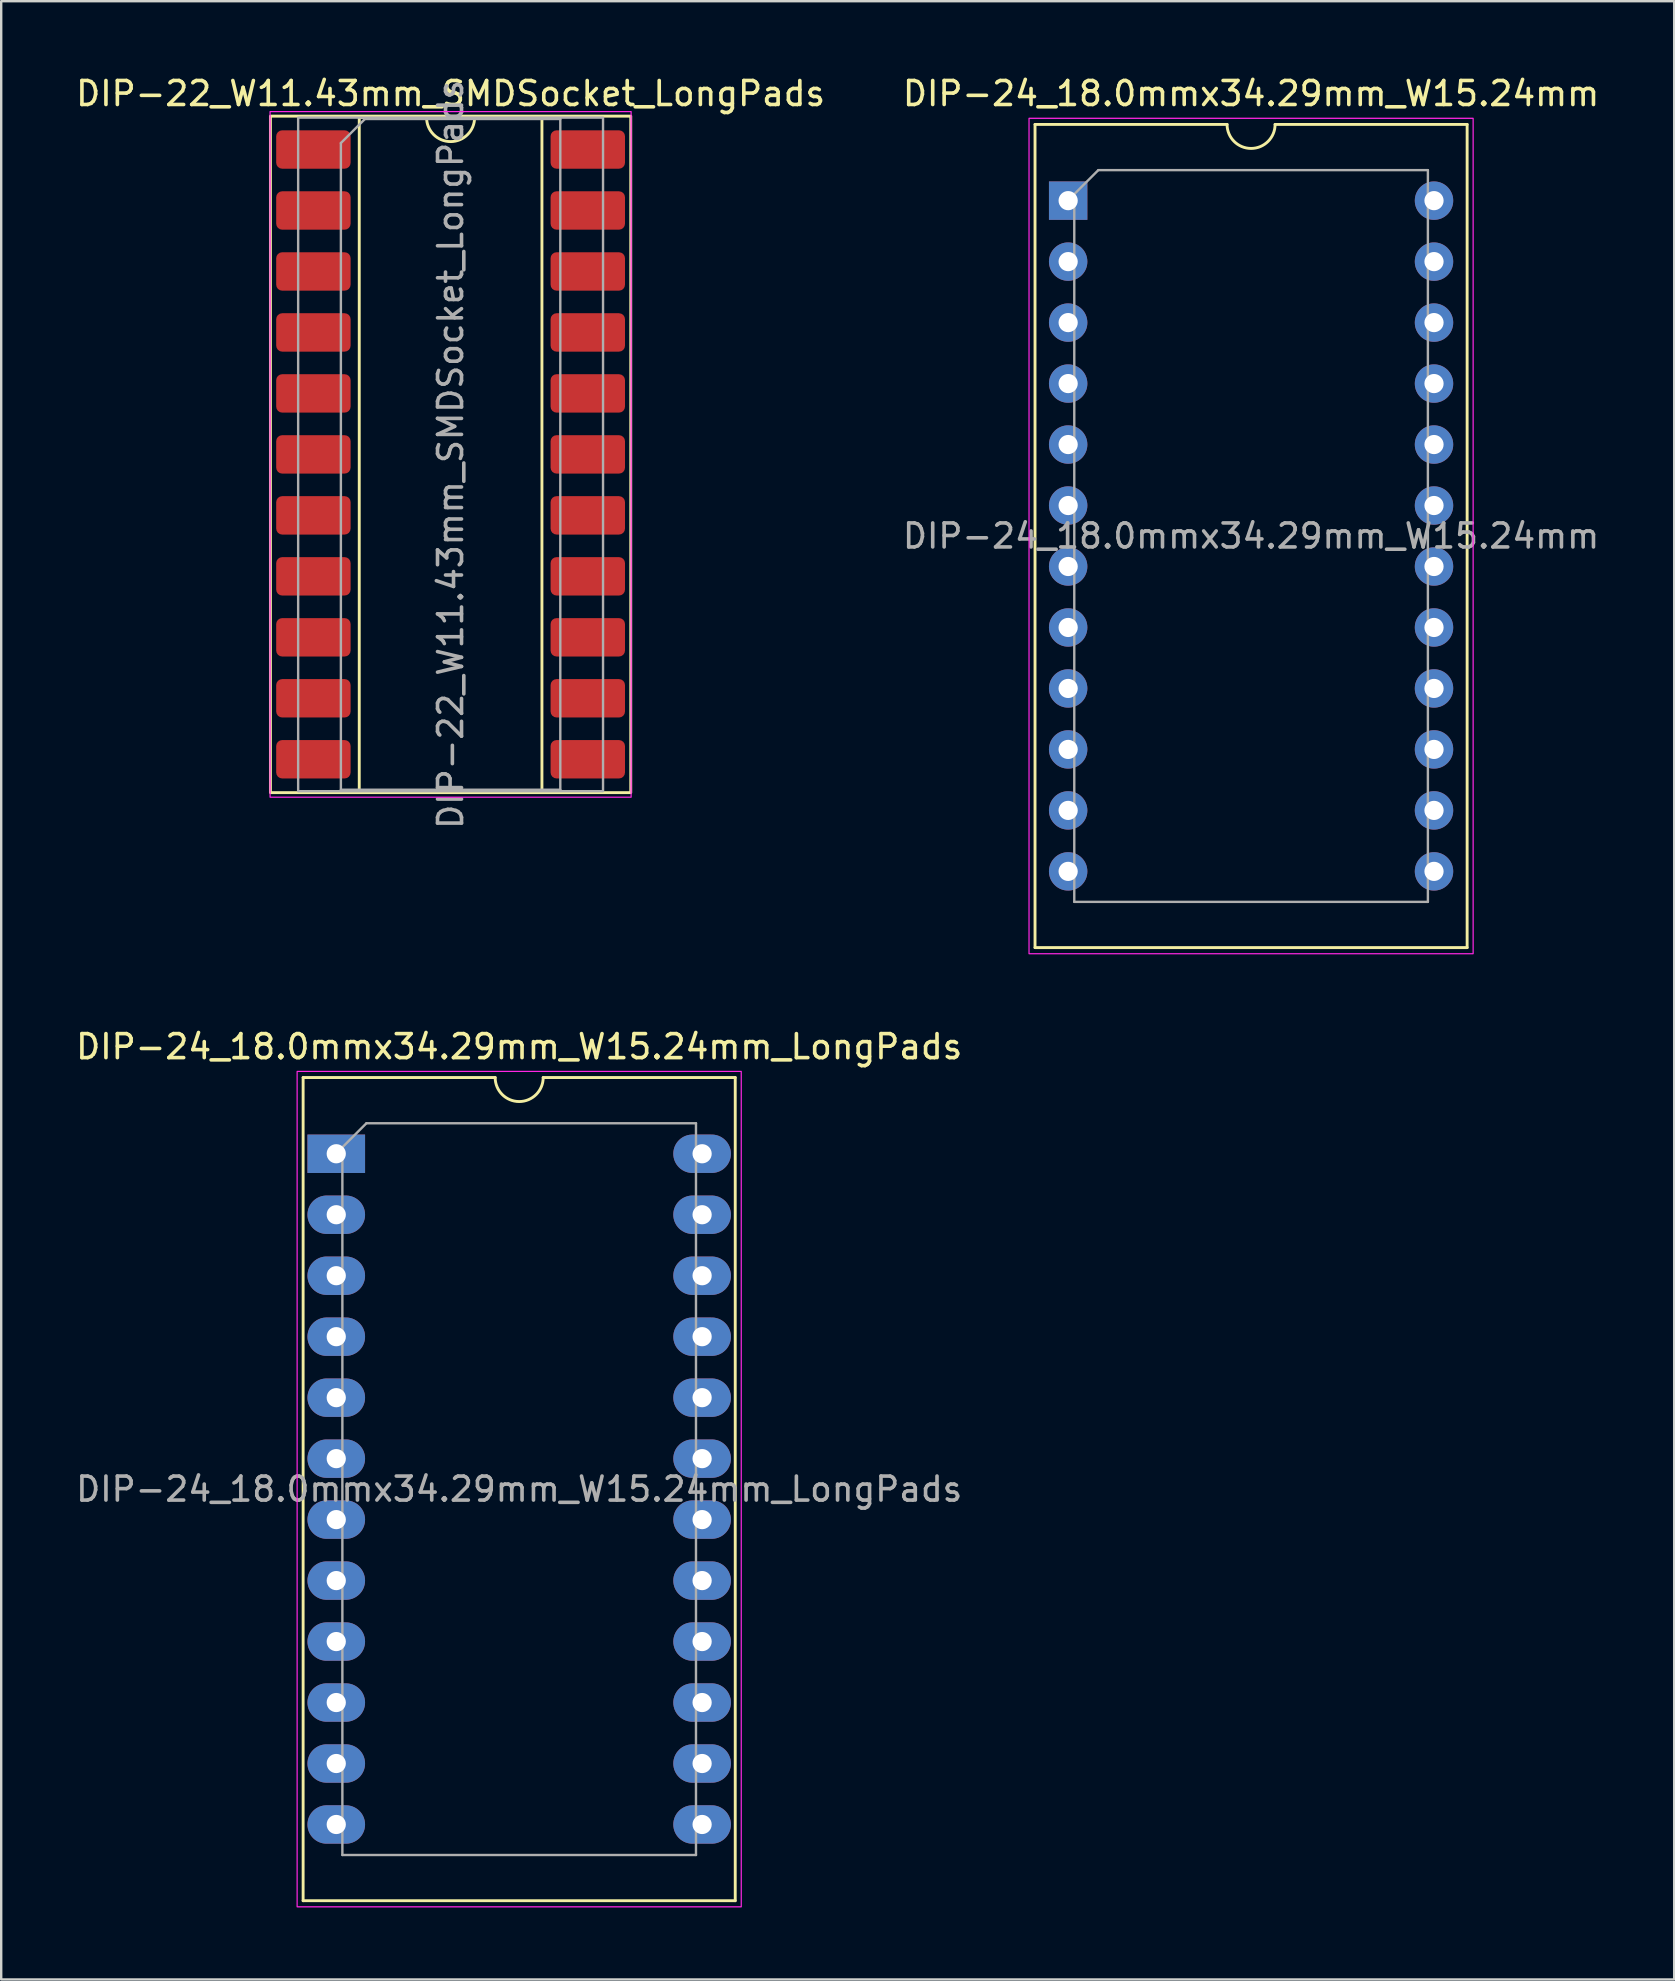
<source format=kicad_pcb>
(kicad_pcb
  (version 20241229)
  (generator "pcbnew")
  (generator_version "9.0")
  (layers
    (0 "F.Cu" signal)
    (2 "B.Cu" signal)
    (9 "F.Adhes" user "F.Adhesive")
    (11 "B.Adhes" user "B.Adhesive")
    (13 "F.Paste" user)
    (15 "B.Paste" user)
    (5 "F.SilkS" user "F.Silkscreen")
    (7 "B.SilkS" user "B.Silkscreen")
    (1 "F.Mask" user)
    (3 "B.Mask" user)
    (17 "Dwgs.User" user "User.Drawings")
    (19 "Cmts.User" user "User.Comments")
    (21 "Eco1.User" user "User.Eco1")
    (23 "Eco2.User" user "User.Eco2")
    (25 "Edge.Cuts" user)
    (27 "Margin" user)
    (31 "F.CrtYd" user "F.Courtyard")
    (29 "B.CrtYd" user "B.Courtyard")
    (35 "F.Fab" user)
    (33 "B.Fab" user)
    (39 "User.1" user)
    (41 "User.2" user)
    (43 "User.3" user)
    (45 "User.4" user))
  (footprint "DIP-24_18.0mmx34.29mm_W15.24mm_LongPads"
    (layer "F.Cu")
    (at 10.957 45.011)
    (property "Reference" "DIP-24_18.0mmx34.29mm_W15.24mm_LongPads" (at 7.62 -4.46 0) (layer "F.SilkS") (effects (font (size 1 1) (thickness 0.15))))
    (attr through_hole)
    (fp_line (start -1.38 -3.175) (end -1.38 31.115) (stroke (width 0.12) (type solid)) (layer "F.SilkS"))
    (fp_line (start -1.38 31.115) (end 16.62 31.115) (stroke (width 0.12) (type solid)) (layer "F.SilkS"))
    (fp_line (start 6.62 -3.175) (end -1.38 -3.175) (stroke (width 0.12) (type solid)) (layer "F.SilkS"))
    (fp_line (start 16.62 -3.175) (end 8.62 -3.175) (stroke (width 0.12) (type solid)) (layer "F.SilkS"))
    (fp_line (start 16.62 31.115) (end 16.62 -3.175) (stroke (width 0.12) (type solid)) (layer "F.SilkS"))
    (fp_arc (start 8.62 -3.175) (mid 7.62 -2.175) (end 6.62 -3.175) (stroke (width 0.12) (type solid)) (layer "F.SilkS"))
    (fp_rect (start -1.63 -3.43) (end 16.87 31.37) (stroke (width 0.05) (type default)) (fill no) (layer "F.CrtYd"))
    (fp_line (start 0.255 -0.27) (end 1.255 -1.27) (stroke (width 0.1) (type solid)) (layer "F.Fab"))
    (fp_line (start 0.255 29.21) (end 0.255 -0.27) (stroke (width 0.1) (type solid)) (layer "F.Fab"))
    (fp_line (start 1.255 -1.27) (end 14.985 -1.27) (stroke (width 0.1) (type solid)) (layer "F.Fab"))
    (fp_line (start 14.985 -1.27) (end 14.985 29.21) (stroke (width 0.1) (type solid)) (layer "F.Fab"))
    (fp_line (start 14.985 29.21) (end 0.255 29.21) (stroke (width 0.1) (type solid)) (layer "F.Fab"))
    (fp_text user "${REFERENCE}" (at 7.62 13.97 0) (layer "F.Fab") (effects (font (size 1 1) (thickness 0.15))))
    (pad "1" thru_hole rect (at 0 0) (size 2.4 1.6) (drill 0.8) (layers "*.Cu" "*.Mask"))
    (pad "2" thru_hole oval (at 0 2.54) (size 2.4 1.6) (drill 0.8) (layers "*.Cu" "*.Mask"))
    (pad "3" thru_hole oval (at 0 5.08) (size 2.4 1.6) (drill 0.8) (layers "*.Cu" "*.Mask"))
    (pad "4" thru_hole oval (at 0 7.62) (size 2.4 1.6) (drill 0.8) (layers "*.Cu" "*.Mask"))
    (pad "5" thru_hole oval (at 0 10.16) (size 2.4 1.6) (drill 0.8) (layers "*.Cu" "*.Mask"))
    (pad "6" thru_hole oval (at 0 12.7) (size 2.4 1.6) (drill 0.8) (layers "*.Cu" "*.Mask"))
    (pad "7" thru_hole oval (at 0 15.24) (size 2.4 1.6) (drill 0.8) (layers "*.Cu" "*.Mask"))
    (pad "8" thru_hole oval (at 0 17.78) (size 2.4 1.6) (drill 0.8) (layers "*.Cu" "*.Mask"))
    (pad "9" thru_hole oval (at 0 20.32) (size 2.4 1.6) (drill 0.8) (layers "*.Cu" "*.Mask"))
    (pad "10" thru_hole oval (at 0 22.86) (size 2.4 1.6) (drill 0.8) (layers "*.Cu" "*.Mask"))
    (pad "11" thru_hole oval (at 0 25.4) (size 2.4 1.6) (drill 0.8) (layers "*.Cu" "*.Mask"))
    (pad "12" thru_hole oval (at 0 27.94) (size 2.4 1.6) (drill 0.8) (layers "*.Cu" "*.Mask"))
    (pad "13" thru_hole oval (at 15.24 27.94) (size 2.4 1.6) (drill 0.8) (layers "*.Cu" "*.Mask"))
    (pad "14" thru_hole oval (at 15.24 25.4) (size 2.4 1.6) (drill 0.8) (layers "*.Cu" "*.Mask"))
    (pad "15" thru_hole oval (at 15.24 22.86) (size 2.4 1.6) (drill 0.8) (layers "*.Cu" "*.Mask"))
    (pad "16" thru_hole oval (at 15.24 20.32) (size 2.4 1.6) (drill 0.8) (layers "*.Cu" "*.Mask"))
    (pad "17" thru_hole oval (at 15.24 17.78) (size 2.4 1.6) (drill 0.8) (layers "*.Cu" "*.Mask"))
    (pad "18" thru_hole oval (at 15.24 15.24) (size 2.4 1.6) (drill 0.8) (layers "*.Cu" "*.Mask"))
    (pad "19" thru_hole oval (at 15.24 12.7) (size 2.4 1.6) (drill 0.8) (layers "*.Cu" "*.Mask"))
    (pad "20" thru_hole oval (at 15.24 10.16) (size 2.4 1.6) (drill 0.8) (layers "*.Cu" "*.Mask"))
    (pad "21" thru_hole oval (at 15.24 7.62) (size 2.4 1.6) (drill 0.8) (layers "*.Cu" "*.Mask"))
    (pad "22" thru_hole oval (at 15.24 5.08) (size 2.4 1.6) (drill 0.8) (layers "*.Cu" "*.Mask"))
    (pad "23" thru_hole oval (at 15.24 2.54) (size 2.4 1.6) (drill 0.8) (layers "*.Cu" "*.Mask"))
    (pad "24" thru_hole oval (at 15.24 0) (size 2.4 1.6) (drill 0.8) (layers "*.Cu" "*.Mask")))
  (footprint "DIP-22_W11.43mm_SMDSocket_LongPads"
    (layer "F.Cu")
    (at 15.72 15.878)
    (property "Reference" "DIP-22_W11.43mm_SMDSocket_LongPads" (at 0 -15.03 0) (layer "F.SilkS") (effects (font (size 1 1) (thickness 0.15))))
    (attr smd)
    (fp_line (start -3.805 -14.03) (end -3.805 14.03) (stroke (width 0.12) (type solid)) (layer "F.SilkS"))
    (fp_line (start -3.805 14.03) (end 3.805 14.03) (stroke (width 0.12) (type solid)) (layer "F.SilkS"))
    (fp_line (start -1 -14.03) (end -3.805 -14.03) (stroke (width 0.12) (type solid)) (layer "F.SilkS"))
    (fp_line (start 3.805 -14.03) (end 1 -14.03) (stroke (width 0.12) (type solid)) (layer "F.SilkS"))
    (fp_line (start 3.805 14.03) (end 3.805 -14.03) (stroke (width 0.12) (type solid)) (layer "F.SilkS"))
    (fp_rect (start -7.505 -14.09) (end 7.505 14.09) (stroke (width 0.12) (type solid)) (fill no) (layer "F.SilkS"))
    (fp_arc (start 1 -14.03) (mid 0 -13.03) (end -1 -14.03) (stroke (width 0.12) (type solid)) (layer "F.SilkS"))
    (fp_rect (start -7.52 -14.28) (end 7.52 14.28) (stroke (width 0.05) (type solid)) (fill no) (layer "F.CrtYd"))
    (fp_line (start -4.57 -12.97) (end -3.57 -13.97) (stroke (width 0.1) (type solid)) (layer "F.Fab"))
    (fp_line (start -4.57 13.97) (end -4.57 -12.97) (stroke (width 0.1) (type solid)) (layer "F.Fab"))
    (fp_line (start -3.57 -13.97) (end 4.57 -13.97) (stroke (width 0.1) (type solid)) (layer "F.Fab"))
    (fp_line (start 4.57 -13.97) (end 4.57 13.97) (stroke (width 0.1) (type solid)) (layer "F.Fab"))
    (fp_line (start 4.57 13.97) (end -4.57 13.97) (stroke (width 0.1) (type solid)) (layer "F.Fab"))
    (fp_rect (start -6.35 -14.03) (end 6.35 14.03) (stroke (width 0.1) (type solid)) (fill no) (layer "F.Fab"))
    (fp_text user "${REFERENCE}" (at 0 0 90) (layer "F.Fab") (effects (font (size 1 1) (thickness 0.15))))
    (pad "1" smd roundrect (at -5.715 -12.7) (size 3.1 1.6) (layers "F.Cu" "F.Mask" "F.Paste") (roundrect_rratio 0.156))
    (pad "2" smd roundrect (at -5.715 -10.16) (size 3.1 1.6) (layers "F.Cu" "F.Mask" "F.Paste") (roundrect_rratio 0.156))
    (pad "3" smd roundrect (at -5.715 -7.62) (size 3.1 1.6) (layers "F.Cu" "F.Mask" "F.Paste") (roundrect_rratio 0.156))
    (pad "4" smd roundrect (at -5.715 -5.08) (size 3.1 1.6) (layers "F.Cu" "F.Mask" "F.Paste") (roundrect_rratio 0.156))
    (pad "5" smd roundrect (at -5.715 -2.54) (size 3.1 1.6) (layers "F.Cu" "F.Mask" "F.Paste") (roundrect_rratio 0.156))
    (pad "6" smd roundrect (at -5.715 0) (size 3.1 1.6) (layers "F.Cu" "F.Mask" "F.Paste") (roundrect_rratio 0.156))
    (pad "7" smd roundrect (at -5.715 2.54) (size 3.1 1.6) (layers "F.Cu" "F.Mask" "F.Paste") (roundrect_rratio 0.156))
    (pad "8" smd roundrect (at -5.715 5.08) (size 3.1 1.6) (layers "F.Cu" "F.Mask" "F.Paste") (roundrect_rratio 0.156))
    (pad "9" smd roundrect (at -5.715 7.62) (size 3.1 1.6) (layers "F.Cu" "F.Mask" "F.Paste") (roundrect_rratio 0.156))
    (pad "10" smd roundrect (at -5.715 10.16) (size 3.1 1.6) (layers "F.Cu" "F.Mask" "F.Paste") (roundrect_rratio 0.156))
    (pad "11" smd roundrect (at -5.715 12.7) (size 3.1 1.6) (layers "F.Cu" "F.Mask" "F.Paste") (roundrect_rratio 0.156))
    (pad "12" smd roundrect (at 5.715 12.7) (size 3.1 1.6) (layers "F.Cu" "F.Mask" "F.Paste") (roundrect_rratio 0.156))
    (pad "13" smd roundrect (at 5.715 10.16) (size 3.1 1.6) (layers "F.Cu" "F.Mask" "F.Paste") (roundrect_rratio 0.156))
    (pad "14" smd roundrect (at 5.715 7.62) (size 3.1 1.6) (layers "F.Cu" "F.Mask" "F.Paste") (roundrect_rratio 0.156))
    (pad "15" smd roundrect (at 5.715 5.08) (size 3.1 1.6) (layers "F.Cu" "F.Mask" "F.Paste") (roundrect_rratio 0.156))
    (pad "16" smd roundrect (at 5.715 2.54) (size 3.1 1.6) (layers "F.Cu" "F.Mask" "F.Paste") (roundrect_rratio 0.156))
    (pad "17" smd roundrect (at 5.715 0) (size 3.1 1.6) (layers "F.Cu" "F.Mask" "F.Paste") (roundrect_rratio 0.156))
    (pad "18" smd roundrect (at 5.715 -2.54) (size 3.1 1.6) (layers "F.Cu" "F.Mask" "F.Paste") (roundrect_rratio 0.156))
    (pad "19" smd roundrect (at 5.715 -5.08) (size 3.1 1.6) (layers "F.Cu" "F.Mask" "F.Paste") (roundrect_rratio 0.156))
    (pad "20" smd roundrect (at 5.715 -7.62) (size 3.1 1.6) (layers "F.Cu" "F.Mask" "F.Paste") (roundrect_rratio 0.156))
    (pad "21" smd roundrect (at 5.715 -10.16) (size 3.1 1.6) (layers "F.Cu" "F.Mask" "F.Paste") (roundrect_rratio 0.156))
    (pad "22" smd roundrect (at 5.715 -12.7) (size 3.1 1.6) (layers "F.Cu" "F.Mask" "F.Paste") (roundrect_rratio 0.156)))
  (footprint "DIP-24_18.0mmx34.29mm_W15.24mm"
    (layer "F.Cu")
    (at 41.445 5.308)
    (property "Reference" "DIP-24_18.0mmx34.29mm_W15.24mm" (at 7.62 -4.46 0) (layer "F.SilkS") (effects (font (size 1 1) (thickness 0.15))))
    (attr through_hole)
    (fp_line (start -1.38 -3.175) (end -1.38 31.115) (stroke (width 0.12) (type solid)) (layer "F.SilkS"))
    (fp_line (start -1.38 31.115) (end 16.62 31.115) (stroke (width 0.12) (type solid)) (layer "F.SilkS"))
    (fp_line (start 6.62 -3.175) (end -1.38 -3.175) (stroke (width 0.12) (type solid)) (layer "F.SilkS"))
    (fp_line (start 16.62 -3.175) (end 8.62 -3.175) (stroke (width 0.12) (type solid)) (layer "F.SilkS"))
    (fp_line (start 16.62 31.115) (end 16.62 -3.175) (stroke (width 0.12) (type solid)) (layer "F.SilkS"))
    (fp_arc (start 8.62 -3.175) (mid 7.62 -2.175) (end 6.62 -3.175) (stroke (width 0.12) (type solid)) (layer "F.SilkS"))
    (fp_rect (start -1.63 -3.43) (end 16.87 31.37) (stroke (width 0.05) (type default)) (fill no) (layer "F.CrtYd"))
    (fp_line (start 0.255 -0.27) (end 1.255 -1.27) (stroke (width 0.1) (type solid)) (layer "F.Fab"))
    (fp_line (start 0.255 29.21) (end 0.255 -0.27) (stroke (width 0.1) (type solid)) (layer "F.Fab"))
    (fp_line (start 1.255 -1.27) (end 14.985 -1.27) (stroke (width 0.1) (type solid)) (layer "F.Fab"))
    (fp_line (start 14.985 -1.27) (end 14.985 29.21) (stroke (width 0.1) (type solid)) (layer "F.Fab"))
    (fp_line (start 14.985 29.21) (end 0.255 29.21) (stroke (width 0.1) (type solid)) (layer "F.Fab"))
    (fp_text user "${REFERENCE}" (at 7.62 13.97 0) (layer "F.Fab") (effects (font (size 1 1) (thickness 0.15))))
    (pad "1" thru_hole rect (at 0 0) (size 1.6 1.6) (drill 0.8) (layers "*.Cu" "*.Mask"))
    (pad "2" thru_hole oval (at 0 2.54) (size 1.6 1.6) (drill 0.8) (layers "*.Cu" "*.Mask"))
    (pad "3" thru_hole oval (at 0 5.08) (size 1.6 1.6) (drill 0.8) (layers "*.Cu" "*.Mask"))
    (pad "4" thru_hole oval (at 0 7.62) (size 1.6 1.6) (drill 0.8) (layers "*.Cu" "*.Mask"))
    (pad "5" thru_hole oval (at 0 10.16) (size 1.6 1.6) (drill 0.8) (layers "*.Cu" "*.Mask"))
    (pad "6" thru_hole oval (at 0 12.7) (size 1.6 1.6) (drill 0.8) (layers "*.Cu" "*.Mask"))
    (pad "7" thru_hole oval (at 0 15.24) (size 1.6 1.6) (drill 0.8) (layers "*.Cu" "*.Mask"))
    (pad "8" thru_hole oval (at 0 17.78) (size 1.6 1.6) (drill 0.8) (layers "*.Cu" "*.Mask"))
    (pad "9" thru_hole oval (at 0 20.32) (size 1.6 1.6) (drill 0.8) (layers "*.Cu" "*.Mask"))
    (pad "10" thru_hole oval (at 0 22.86) (size 1.6 1.6) (drill 0.8) (layers "*.Cu" "*.Mask"))
    (pad "11" thru_hole oval (at 0 25.4) (size 1.6 1.6) (drill 0.8) (layers "*.Cu" "*.Mask"))
    (pad "12" thru_hole oval (at 0 27.94) (size 1.6 1.6) (drill 0.8) (layers "*.Cu" "*.Mask"))
    (pad "13" thru_hole oval (at 15.24 27.94) (size 1.6 1.6) (drill 0.8) (layers "*.Cu" "*.Mask"))
    (pad "14" thru_hole oval (at 15.24 25.4) (size 1.6 1.6) (drill 0.8) (layers "*.Cu" "*.Mask"))
    (pad "15" thru_hole oval (at 15.24 22.86) (size 1.6 1.6) (drill 0.8) (layers "*.Cu" "*.Mask"))
    (pad "16" thru_hole oval (at 15.24 20.32) (size 1.6 1.6) (drill 0.8) (layers "*.Cu" "*.Mask"))
    (pad "17" thru_hole oval (at 15.24 17.78) (size 1.6 1.6) (drill 0.8) (layers "*.Cu" "*.Mask"))
    (pad "18" thru_hole oval (at 15.24 15.24) (size 1.6 1.6) (drill 0.8) (layers "*.Cu" "*.Mask"))
    (pad "19" thru_hole oval (at 15.24 12.7) (size 1.6 1.6) (drill 0.8) (layers "*.Cu" "*.Mask"))
    (pad "20" thru_hole oval (at 15.24 10.16) (size 1.6 1.6) (drill 0.8) (layers "*.Cu" "*.Mask"))
    (pad "21" thru_hole oval (at 15.24 7.62) (size 1.6 1.6) (drill 0.8) (layers "*.Cu" "*.Mask"))
    (pad "22" thru_hole oval (at 15.24 5.08) (size 1.6 1.6) (drill 0.8) (layers "*.Cu" "*.Mask"))
    (pad "23" thru_hole oval (at 15.24 2.54) (size 1.6 1.6) (drill 0.8) (layers "*.Cu" "*.Mask"))
    (pad "24" thru_hole oval (at 15.24 0) (size 1.6 1.6) (drill 0.8) (layers "*.Cu" "*.Mask")))
  (gr_rect
    (start -3 -3)
    (end 66.69 79.406)
    (stroke (width 0.1) (type default))
    (fill no)
    (layer "Edge.Cuts")))
</source>
